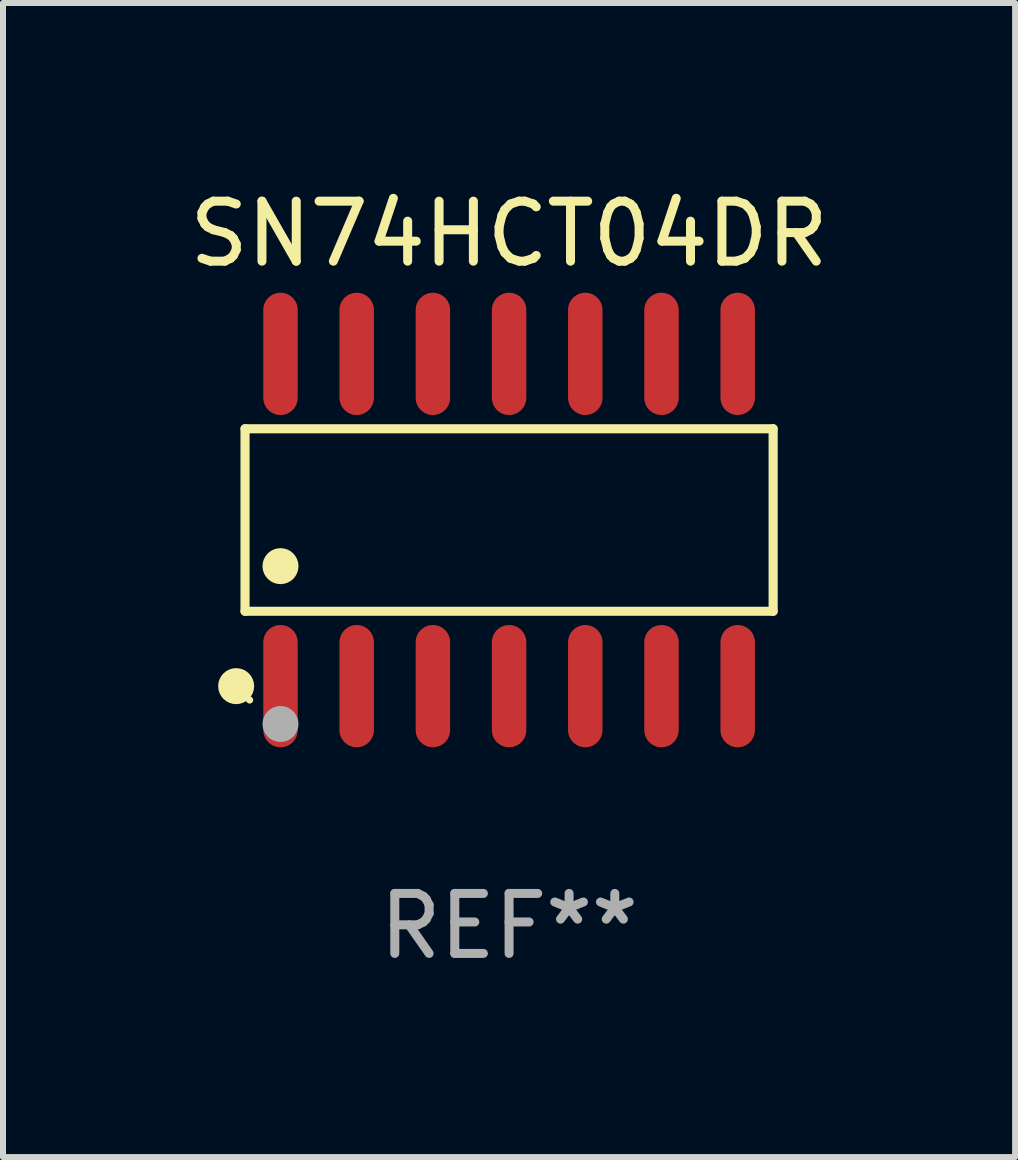
<source format=kicad_pcb>
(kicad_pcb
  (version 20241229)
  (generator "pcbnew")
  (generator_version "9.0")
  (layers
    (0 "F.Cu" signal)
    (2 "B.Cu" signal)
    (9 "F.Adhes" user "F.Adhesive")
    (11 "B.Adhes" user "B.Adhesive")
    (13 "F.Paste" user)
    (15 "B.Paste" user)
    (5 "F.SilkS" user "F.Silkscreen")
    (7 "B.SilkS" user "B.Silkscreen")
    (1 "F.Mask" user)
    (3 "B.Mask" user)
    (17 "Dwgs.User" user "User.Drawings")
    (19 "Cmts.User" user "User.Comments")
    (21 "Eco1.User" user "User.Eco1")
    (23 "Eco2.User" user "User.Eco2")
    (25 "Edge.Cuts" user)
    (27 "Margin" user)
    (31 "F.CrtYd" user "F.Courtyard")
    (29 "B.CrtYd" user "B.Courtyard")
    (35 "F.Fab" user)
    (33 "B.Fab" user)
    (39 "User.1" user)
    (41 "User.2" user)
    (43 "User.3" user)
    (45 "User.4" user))
  (footprint "SN74HCT04DR"
    (layer "F.Cu")
    (at 5.435 5.617)
    (property "Reference" "SN74HCT04DR" (at 0 -4.769 0) (layer "F.SilkS") (effects (font (size 1 1) (thickness 0.15))))
    (attr through_hole)
    (fp_line (start -4.401 -1.521) (end 4.401 -1.521) (stroke (width 0.152) (type solid)) (layer "F.SilkS"))
    (fp_line (start -4.401 1.521) (end -4.401 -1.521) (stroke (width 0.152) (type solid)) (layer "F.SilkS"))
    (fp_line (start 4.401 -1.521) (end 4.401 1.521) (stroke (width 0.152) (type solid)) (layer "F.SilkS"))
    (fp_line (start 4.401 1.521) (end -4.401 1.521) (stroke (width 0.152) (type solid)) (layer "F.SilkS"))
    (fp_circle (center -4.549 2.769) (end -4.399 2.769) (stroke (width 0.3) (type solid)) (fill no) (layer "F.SilkS"))
    (fp_circle (center -4.325 3) (end -4.295 3) (stroke (width 0.06) (type solid)) (fill no) (layer "F.SilkS"))
    (fp_circle (center -3.81 0.769) (end -3.66 0.769) (stroke (width 0.3) (type solid)) (fill no) (layer "F.SilkS"))
    (fp_circle (center -3.81 3.4) (end -3.66 3.4) (stroke (width 0.3) (type solid)) (fill no) (layer "F.Fab"))
    (fp_text user "REF**" (at 0 6.769 0) (layer "F.Fab") (effects (font (size 1 1) (thickness 0.15))))
    (pad "1" smd oval (at -3.81 2.769) (size 0.574 2.038) (layers "F.Cu" "F.Mask" "F.Paste"))
    (pad "2" smd oval (at -2.54 2.769) (size 0.574 2.038) (layers "F.Cu" "F.Mask" "F.Paste"))
    (pad "3" smd oval (at -1.27 2.769) (size 0.574 2.038) (layers "F.Cu" "F.Mask" "F.Paste"))
    (pad "4" smd oval (at 0 2.769) (size 0.574 2.038) (layers "F.Cu" "F.Mask" "F.Paste"))
    (pad "5" smd oval (at 1.27 2.769) (size 0.574 2.038) (layers "F.Cu" "F.Mask" "F.Paste"))
    (pad "6" smd oval (at 2.54 2.769) (size 0.574 2.038) (layers "F.Cu" "F.Mask" "F.Paste"))
    (pad "7" smd oval (at 3.81 2.769) (size 0.574 2.038) (layers "F.Cu" "F.Mask" "F.Paste"))
    (pad "8" smd oval (at 3.81 -2.769) (size 0.574 2.038) (layers "F.Cu" "F.Mask" "F.Paste"))
    (pad "9" smd oval (at 2.54 -2.769) (size 0.574 2.038) (layers "F.Cu" "F.Mask" "F.Paste"))
    (pad "10" smd oval (at 1.27 -2.769) (size 0.574 2.038) (layers "F.Cu" "F.Mask" "F.Paste"))
    (pad "11" smd oval (at 0 -2.769) (size 0.574 2.038) (layers "F.Cu" "F.Mask" "F.Paste"))
    (pad "12" smd oval (at -1.27 -2.769) (size 0.574 2.038) (layers "F.Cu" "F.Mask" "F.Paste"))
    (pad "13" smd oval (at -2.54 -2.769) (size 0.574 2.038) (layers "F.Cu" "F.Mask" "F.Paste"))
    (pad "14" smd oval (at -3.81 -2.769) (size 0.574 2.038) (layers "F.Cu" "F.Mask" "F.Paste")))
  (gr_rect
    (start -3 -3)
    (end 13.869 16.235)
    (stroke (width 0.1) (type default))
    (fill no)
    (layer "Edge.Cuts")))
</source>
